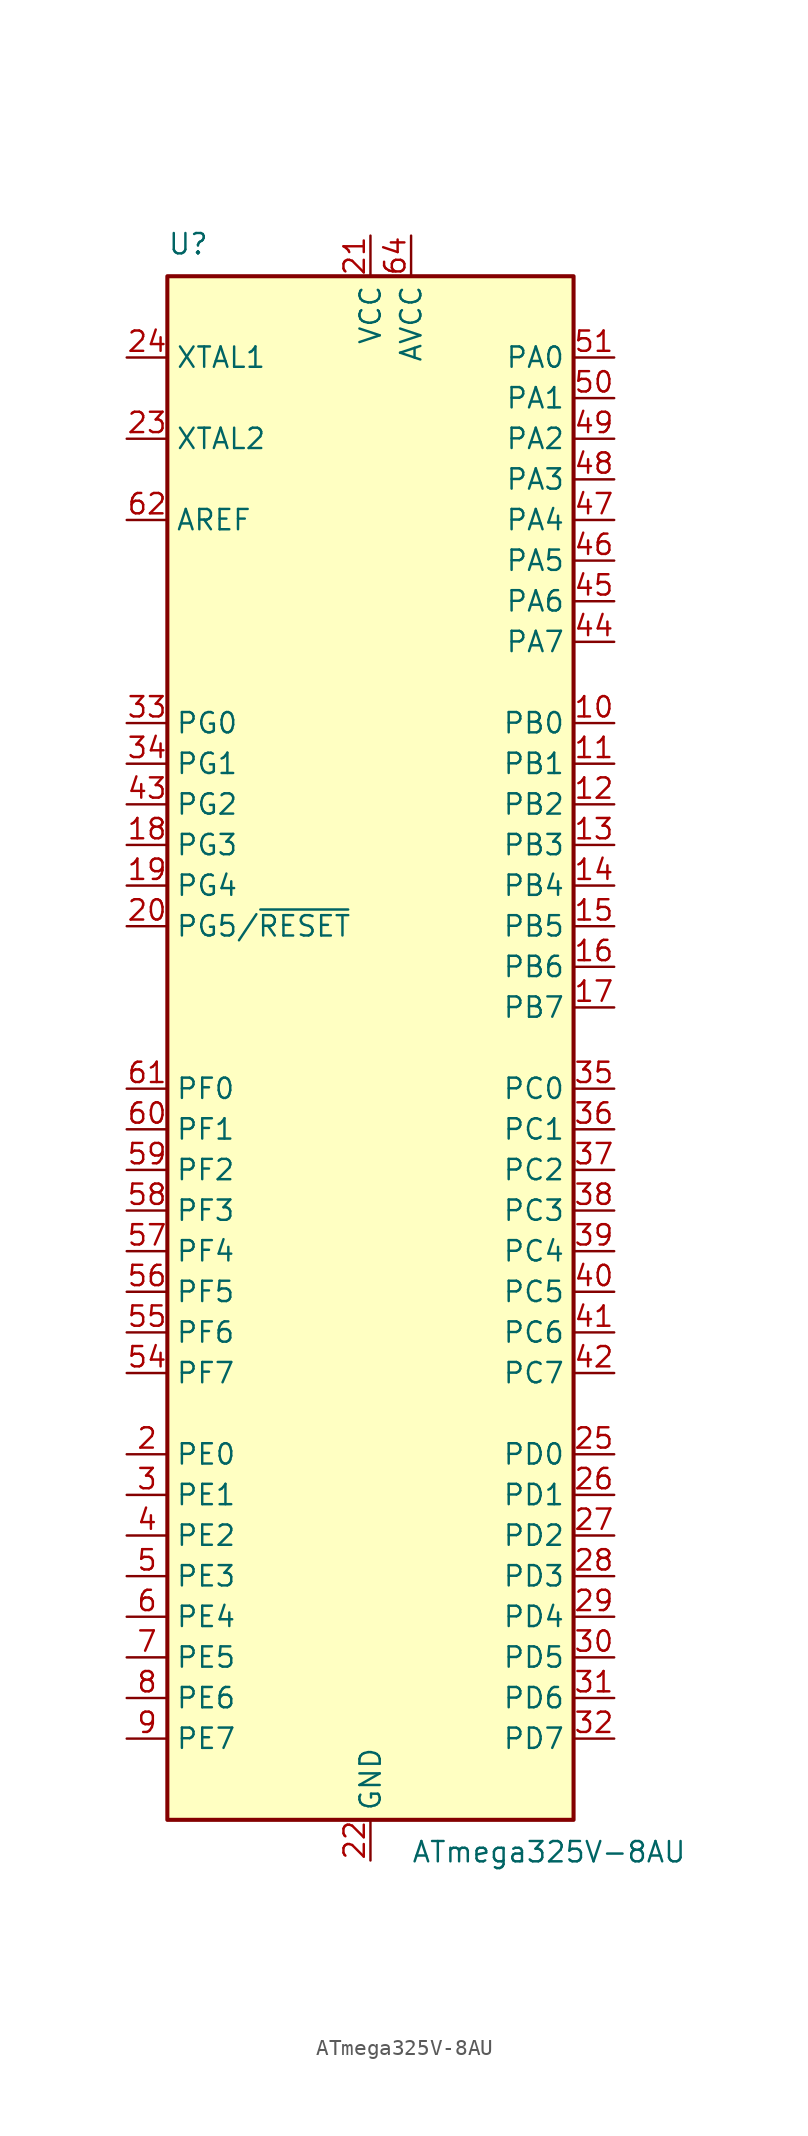
<source format=kicad_sym>
(kicad_symbol_lib
  (version 20201005)
  (generator kicad_symbol_editor)
  (symbol "ATmega325V-8AU"
    (property "Reference" "U"
      (at -12.7 49.53 0)
      (effects (font (size 1.27 1.27)) (justify left bottom)))
    (property "Value" "ATmega325V-8AU"
      (at 2.54 -49.53 0)
      (effects (font (size 1.27 1.27)) (justify left top)))
    (symbol "ATmega325V-8AU_0_1"
      (rectangle (start -12.7 -48.26) (end 12.7 48.26) (stroke (width 0.254)) (fill (type background))))
    (symbol "ATmega325V-8AU_1_1"
      (pin no_connect line (at -12.7 -45.72 0) (length 2.54) hide (name "NC" (effects (font (size 1.27 1.27)))) (number "1" (effects (font (size 1.27 1.27)))))
      (pin tri_state line (at 15.24 20.32 180) (length 2.54) (name "PB0" (effects (font (size 1.27 1.27)))) (number "10" (effects (font (size 1.27 1.27)))))
      (pin tri_state line (at 15.24 17.78 180) (length 2.54) (name "PB1" (effects (font (size 1.27 1.27)))) (number "11" (effects (font (size 1.27 1.27)))))
      (pin tri_state line (at 15.24 15.24 180) (length 2.54) (name "PB2" (effects (font (size 1.27 1.27)))) (number "12" (effects (font (size 1.27 1.27)))))
      (pin tri_state line (at 15.24 12.7 180) (length 2.54) (name "PB3" (effects (font (size 1.27 1.27)))) (number "13" (effects (font (size 1.27 1.27)))))
      (pin tri_state line (at 15.24 10.16 180) (length 2.54) (name "PB4" (effects (font (size 1.27 1.27)))) (number "14" (effects (font (size 1.27 1.27)))))
      (pin tri_state line (at 15.24 7.62 180) (length 2.54) (name "PB5" (effects (font (size 1.27 1.27)))) (number "15" (effects (font (size 1.27 1.27)))))
      (pin tri_state line (at 15.24 5.08 180) (length 2.54) (name "PB6" (effects (font (size 1.27 1.27)))) (number "16" (effects (font (size 1.27 1.27)))))
      (pin tri_state line (at 15.24 2.54 180) (length 2.54) (name "PB7" (effects (font (size 1.27 1.27)))) (number "17" (effects (font (size 1.27 1.27)))))
      (pin tri_state line (at -15.24 12.7 0) (length 2.54) (name "PG3" (effects (font (size 1.27 1.27)))) (number "18" (effects (font (size 1.27 1.27)))))
      (pin tri_state line (at -15.24 10.16 0) (length 2.54) (name "PG4" (effects (font (size 1.27 1.27)))) (number "19" (effects (font (size 1.27 1.27)))))
      (pin tri_state line (at -15.24 -25.4 0) (length 2.54) (name "PE0" (effects (font (size 1.27 1.27)))) (number "2" (effects (font (size 1.27 1.27)))))
      (pin tri_state line (at -15.24 7.62 0) (length 2.54) (name "PG5/~RESET" (effects (font (size 1.27 1.27)))) (number "20" (effects (font (size 1.27 1.27)))))
      (pin power_in line (at 0 50.8 270) (length 2.54) (name "VCC" (effects (font (size 1.27 1.27)))) (number "21" (effects (font (size 1.27 1.27)))))
      (pin power_in line (at 0 -50.8 90) (length 2.54) (name "GND" (effects (font (size 1.27 1.27)))) (number "22" (effects (font (size 1.27 1.27)))))
      (pin output line (at -15.24 38.1 0) (length 2.54) (name "XTAL2" (effects (font (size 1.27 1.27)))) (number "23" (effects (font (size 1.27 1.27)))))
      (pin input line (at -15.24 43.18 0) (length 2.54) (name "XTAL1" (effects (font (size 1.27 1.27)))) (number "24" (effects (font (size 1.27 1.27)))))
      (pin tri_state line (at 15.24 -25.4 180) (length 2.54) (name "PD0" (effects (font (size 1.27 1.27)))) (number "25" (effects (font (size 1.27 1.27)))))
      (pin tri_state line (at 15.24 -27.94 180) (length 2.54) (name "PD1" (effects (font (size 1.27 1.27)))) (number "26" (effects (font (size 1.27 1.27)))))
      (pin tri_state line (at 15.24 -30.48 180) (length 2.54) (name "PD2" (effects (font (size 1.27 1.27)))) (number "27" (effects (font (size 1.27 1.27)))))
      (pin tri_state line (at 15.24 -33.02 180) (length 2.54) (name "PD3" (effects (font (size 1.27 1.27)))) (number "28" (effects (font (size 1.27 1.27)))))
      (pin tri_state line (at 15.24 -35.56 180) (length 2.54) (name "PD4" (effects (font (size 1.27 1.27)))) (number "29" (effects (font (size 1.27 1.27)))))
      (pin tri_state line (at -15.24 -27.94 0) (length 2.54) (name "PE1" (effects (font (size 1.27 1.27)))) (number "3" (effects (font (size 1.27 1.27)))))
      (pin tri_state line (at 15.24 -38.1 180) (length 2.54) (name "PD5" (effects (font (size 1.27 1.27)))) (number "30" (effects (font (size 1.27 1.27)))))
      (pin tri_state line (at 15.24 -40.64 180) (length 2.54) (name "PD6" (effects (font (size 1.27 1.27)))) (number "31" (effects (font (size 1.27 1.27)))))
      (pin tri_state line (at 15.24 -43.18 180) (length 2.54) (name "PD7" (effects (font (size 1.27 1.27)))) (number "32" (effects (font (size 1.27 1.27)))))
      (pin tri_state line (at -15.24 20.32 0) (length 2.54) (name "PG0" (effects (font (size 1.27 1.27)))) (number "33" (effects (font (size 1.27 1.27)))))
      (pin tri_state line (at -15.24 17.78 0) (length 2.54) (name "PG1" (effects (font (size 1.27 1.27)))) (number "34" (effects (font (size 1.27 1.27)))))
      (pin tri_state line (at 15.24 -2.54 180) (length 2.54) (name "PC0" (effects (font (size 1.27 1.27)))) (number "35" (effects (font (size 1.27 1.27)))))
      (pin tri_state line (at 15.24 -5.08 180) (length 2.54) (name "PC1" (effects (font (size 1.27 1.27)))) (number "36" (effects (font (size 1.27 1.27)))))
      (pin tri_state line (at 15.24 -7.62 180) (length 2.54) (name "PC2" (effects (font (size 1.27 1.27)))) (number "37" (effects (font (size 1.27 1.27)))))
      (pin tri_state line (at 15.24 -10.16 180) (length 2.54) (name "PC3" (effects (font (size 1.27 1.27)))) (number "38" (effects (font (size 1.27 1.27)))))
      (pin tri_state line (at 15.24 -12.7 180) (length 2.54) (name "PC4" (effects (font (size 1.27 1.27)))) (number "39" (effects (font (size 1.27 1.27)))))
      (pin tri_state line (at -15.24 -30.48 0) (length 2.54) (name "PE2" (effects (font (size 1.27 1.27)))) (number "4" (effects (font (size 1.27 1.27)))))
      (pin tri_state line (at 15.24 -15.24 180) (length 2.54) (name "PC5" (effects (font (size 1.27 1.27)))) (number "40" (effects (font (size 1.27 1.27)))))
      (pin tri_state line (at 15.24 -17.78 180) (length 2.54) (name "PC6" (effects (font (size 1.27 1.27)))) (number "41" (effects (font (size 1.27 1.27)))))
      (pin tri_state line (at 15.24 -20.32 180) (length 2.54) (name "PC7" (effects (font (size 1.27 1.27)))) (number "42" (effects (font (size 1.27 1.27)))))
      (pin tri_state line (at -15.24 15.24 0) (length 2.54) (name "PG2" (effects (font (size 1.27 1.27)))) (number "43" (effects (font (size 1.27 1.27)))))
      (pin tri_state line (at 15.24 25.4 180) (length 2.54) (name "PA7" (effects (font (size 1.27 1.27)))) (number "44" (effects (font (size 1.27 1.27)))))
      (pin tri_state line (at 15.24 27.94 180) (length 2.54) (name "PA6" (effects (font (size 1.27 1.27)))) (number "45" (effects (font (size 1.27 1.27)))))
      (pin tri_state line (at 15.24 30.48 180) (length 2.54) (name "PA5" (effects (font (size 1.27 1.27)))) (number "46" (effects (font (size 1.27 1.27)))))
      (pin tri_state line (at 15.24 33.02 180) (length 2.54) (name "PA4" (effects (font (size 1.27 1.27)))) (number "47" (effects (font (size 1.27 1.27)))))
      (pin tri_state line (at 15.24 35.56 180) (length 2.54) (name "PA3" (effects (font (size 1.27 1.27)))) (number "48" (effects (font (size 1.27 1.27)))))
      (pin tri_state line (at 15.24 38.1 180) (length 2.54) (name "PA2" (effects (font (size 1.27 1.27)))) (number "49" (effects (font (size 1.27 1.27)))))
      (pin tri_state line (at -15.24 -33.02 0) (length 2.54) (name "PE3" (effects (font (size 1.27 1.27)))) (number "5" (effects (font (size 1.27 1.27)))))
      (pin tri_state line (at 15.24 40.64 180) (length 2.54) (name "PA1" (effects (font (size 1.27 1.27)))) (number "50" (effects (font (size 1.27 1.27)))))
      (pin tri_state line (at 15.24 43.18 180) (length 2.54) (name "PA0" (effects (font (size 1.27 1.27)))) (number "51" (effects (font (size 1.27 1.27)))))
      (pin passive line (at 0 50.8 270) (length 2.54) hide (name "VCC" (effects (font (size 1.27 1.27)))) (number "52" (effects (font (size 1.27 1.27)))))
      (pin passive line (at 0 -50.8 90) (length 2.54) hide (name "GND" (effects (font (size 1.27 1.27)))) (number "53" (effects (font (size 1.27 1.27)))))
      (pin tri_state line (at -15.24 -20.32 0) (length 2.54) (name "PF7" (effects (font (size 1.27 1.27)))) (number "54" (effects (font (size 1.27 1.27)))))
      (pin tri_state line (at -15.24 -17.78 0) (length 2.54) (name "PF6" (effects (font (size 1.27 1.27)))) (number "55" (effects (font (size 1.27 1.27)))))
      (pin tri_state line (at -15.24 -15.24 0) (length 2.54) (name "PF5" (effects (font (size 1.27 1.27)))) (number "56" (effects (font (size 1.27 1.27)))))
      (pin tri_state line (at -15.24 -12.7 0) (length 2.54) (name "PF4" (effects (font (size 1.27 1.27)))) (number "57" (effects (font (size 1.27 1.27)))))
      (pin tri_state line (at -15.24 -10.16 0) (length 2.54) (name "PF3" (effects (font (size 1.27 1.27)))) (number "58" (effects (font (size 1.27 1.27)))))
      (pin tri_state line (at -15.24 -7.62 0) (length 2.54) (name "PF2" (effects (font (size 1.27 1.27)))) (number "59" (effects (font (size 1.27 1.27)))))
      (pin tri_state line (at -15.24 -35.56 0) (length 2.54) (name "PE4" (effects (font (size 1.27 1.27)))) (number "6" (effects (font (size 1.27 1.27)))))
      (pin tri_state line (at -15.24 -5.08 0) (length 2.54) (name "PF1" (effects (font (size 1.27 1.27)))) (number "60" (effects (font (size 1.27 1.27)))))
      (pin tri_state line (at -15.24 -2.54 0) (length 2.54) (name "PF0" (effects (font (size 1.27 1.27)))) (number "61" (effects (font (size 1.27 1.27)))))
      (pin passive line (at -15.24 33.02 0) (length 2.54) (name "AREF" (effects (font (size 1.27 1.27)))) (number "62" (effects (font (size 1.27 1.27)))))
      (pin passive line (at 0 -50.8 90) (length 2.54) hide (name "GND" (effects (font (size 1.27 1.27)))) (number "63" (effects (font (size 1.27 1.27)))))
      (pin power_in line (at 2.54 50.8 270) (length 2.54) (name "AVCC" (effects (font (size 1.27 1.27)))) (number "64" (effects (font (size 1.27 1.27)))))
      (pin tri_state line (at -15.24 -38.1 0) (length 2.54) (name "PE5" (effects (font (size 1.27 1.27)))) (number "7" (effects (font (size 1.27 1.27)))))
      (pin tri_state line (at -15.24 -40.64 0) (length 2.54) (name "PE6" (effects (font (size 1.27 1.27)))) (number "8" (effects (font (size 1.27 1.27)))))
      (pin tri_state line (at -15.24 -43.18 0) (length 2.54) (name "PE7" (effects (font (size 1.27 1.27)))) (number "9" (effects (font (size 1.27 1.27))))))))
</source>
